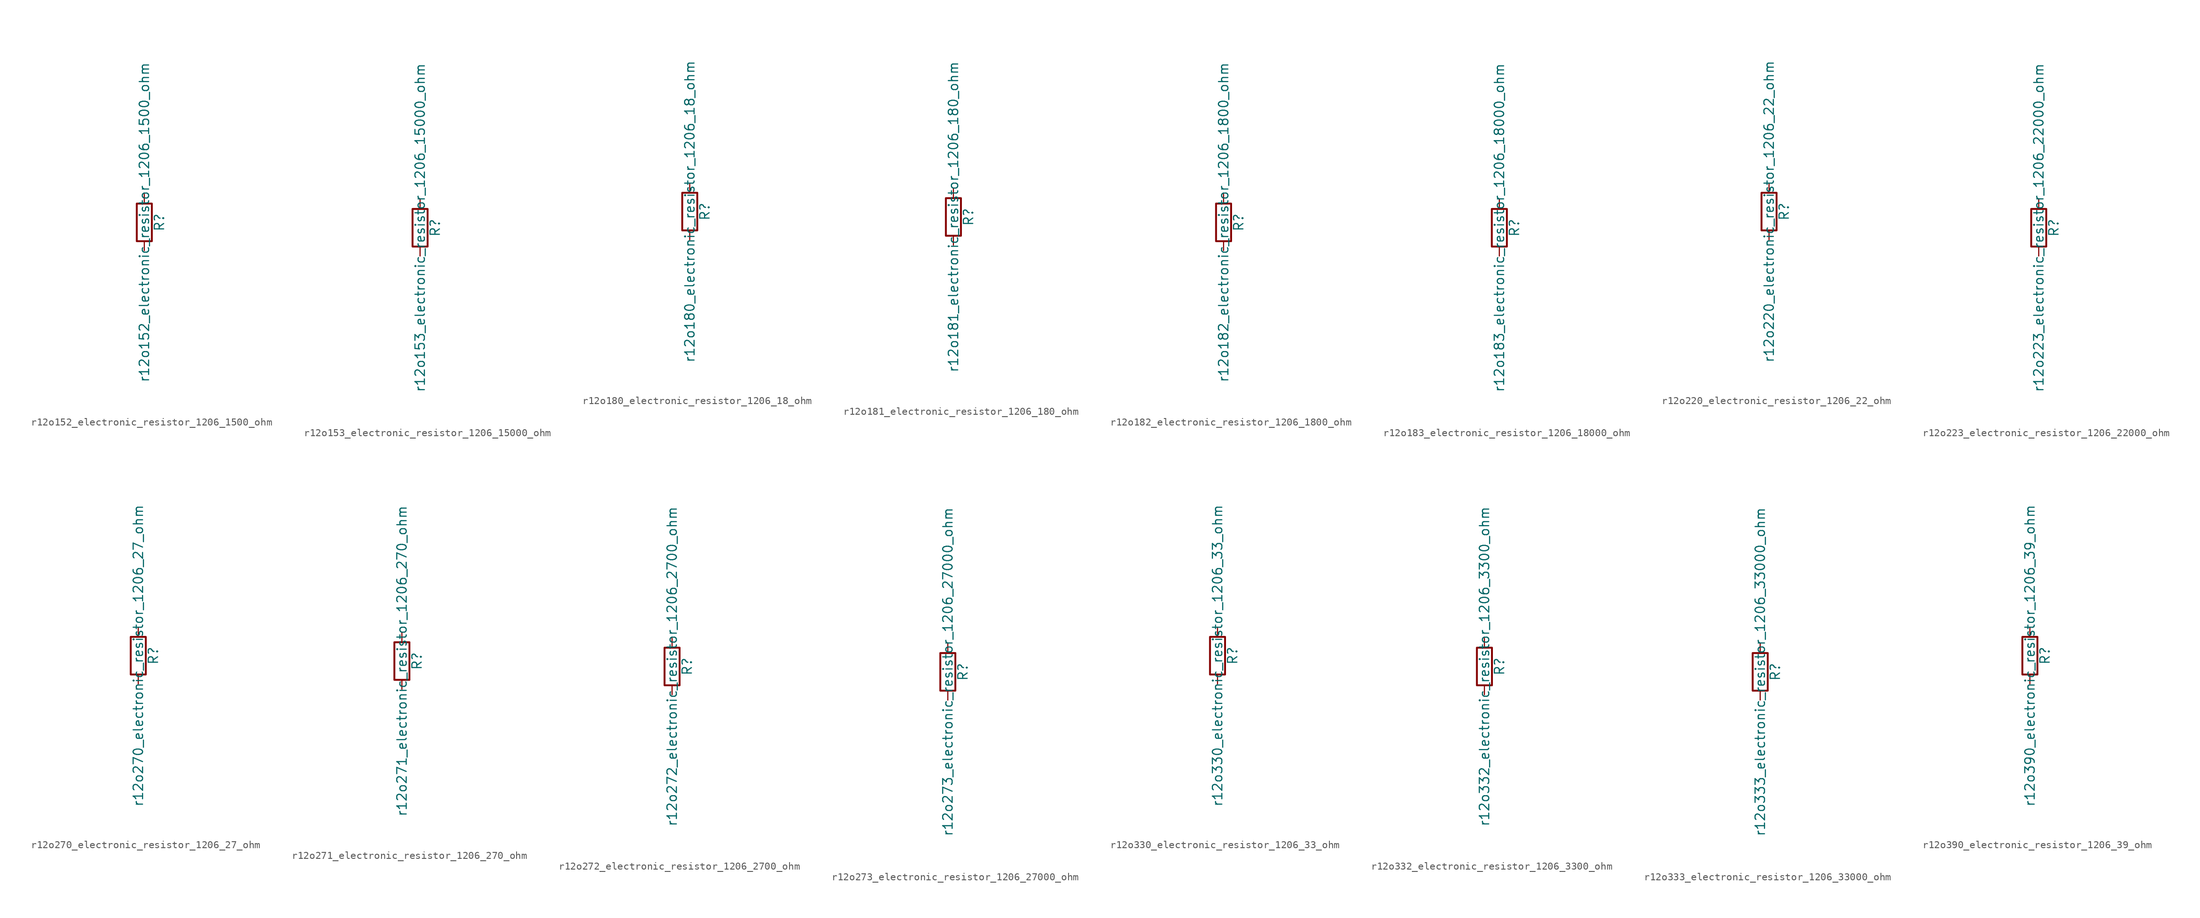
<source format=kicad_sym>
(kicad_symbol_lib
  (version 20220914)
  (generator kicad_symbol_editor)
  (symbol "r12o152_electronic_resistor_1206_1500_ohm"
    (pin_numbers hide)
    (pin_names
      (offset 0))
    (property "Reference" "R"
      (at 2.032 0 90)
      (effects (font (size 1.27 1.27))))
    (property "Value" "r12o152_electronic_resistor_1206_1500_ohm"
      (at 0 0 90)
      (effects (font (size 1.27 1.27))))
    (symbol "r12o152_electronic_resistor_1206_1500_ohm_0_1"
      (rectangle (start -1.016 -2.54) (end 1.016 2.54) (stroke (width 0.254) (type default)) (fill (type none))))
    (symbol "r12o152_electronic_resistor_1206_1500_ohm_1_1"
      (pin passive line (at 0 3.81 270) (length 1.27) (name "~" (effects (font (size 1.27 1.27)))) (number "1" (effects (font (size 1.27 1.27)))))
      (pin passive line (at 0 -3.81 90) (length 1.27) (name "~" (effects (font (size 1.27 1.27)))) (number "2" (effects (font (size 1.27 1.27)))))))
  (symbol "r12o153_electronic_resistor_1206_15000_ohm"
    (pin_numbers hide)
    (pin_names
      (offset 0))
    (property "Reference" "R"
      (at 2.032 0 90)
      (effects (font (size 1.27 1.27))))
    (property "Value" "r12o153_electronic_resistor_1206_15000_ohm"
      (at 0 0 90)
      (effects (font (size 1.27 1.27))))
    (symbol "r12o153_electronic_resistor_1206_15000_ohm_0_1"
      (rectangle (start -1.016 -2.54) (end 1.016 2.54) (stroke (width 0.254) (type default)) (fill (type none))))
    (symbol "r12o153_electronic_resistor_1206_15000_ohm_1_1"
      (pin passive line (at 0 3.81 270) (length 1.27) (name "~" (effects (font (size 1.27 1.27)))) (number "1" (effects (font (size 1.27 1.27)))))
      (pin passive line (at 0 -3.81 90) (length 1.27) (name "~" (effects (font (size 1.27 1.27)))) (number "2" (effects (font (size 1.27 1.27)))))))
  (symbol "r12o180_electronic_resistor_1206_18_ohm"
    (pin_numbers hide)
    (pin_names
      (offset 0))
    (property "Reference" "R"
      (at 2.032 0 90)
      (effects (font (size 1.27 1.27))))
    (property "Value" "r12o180_electronic_resistor_1206_18_ohm"
      (at 0 0 90)
      (effects (font (size 1.27 1.27))))
    (symbol "r12o180_electronic_resistor_1206_18_ohm_0_1"
      (rectangle (start -1.016 -2.54) (end 1.016 2.54) (stroke (width 0.254) (type default)) (fill (type none))))
    (symbol "r12o180_electronic_resistor_1206_18_ohm_1_1"
      (pin passive line (at 0 3.81 270) (length 1.27) (name "~" (effects (font (size 1.27 1.27)))) (number "1" (effects (font (size 1.27 1.27)))))
      (pin passive line (at 0 -3.81 90) (length 1.27) (name "~" (effects (font (size 1.27 1.27)))) (number "2" (effects (font (size 1.27 1.27)))))))
  (symbol "r12o181_electronic_resistor_1206_180_ohm"
    (pin_numbers hide)
    (pin_names
      (offset 0))
    (property "Reference" "R"
      (at 2.032 0 90)
      (effects (font (size 1.27 1.27))))
    (property "Value" "r12o181_electronic_resistor_1206_180_ohm"
      (at 0 0 90)
      (effects (font (size 1.27 1.27))))
    (symbol "r12o181_electronic_resistor_1206_180_ohm_0_1"
      (rectangle (start -1.016 -2.54) (end 1.016 2.54) (stroke (width 0.254) (type default)) (fill (type none))))
    (symbol "r12o181_electronic_resistor_1206_180_ohm_1_1"
      (pin passive line (at 0 3.81 270) (length 1.27) (name "~" (effects (font (size 1.27 1.27)))) (number "1" (effects (font (size 1.27 1.27)))))
      (pin passive line (at 0 -3.81 90) (length 1.27) (name "~" (effects (font (size 1.27 1.27)))) (number "2" (effects (font (size 1.27 1.27)))))))
  (symbol "r12o182_electronic_resistor_1206_1800_ohm"
    (pin_numbers hide)
    (pin_names
      (offset 0))
    (property "Reference" "R"
      (at 2.032 0 90)
      (effects (font (size 1.27 1.27))))
    (property "Value" "r12o182_electronic_resistor_1206_1800_ohm"
      (at 0 0 90)
      (effects (font (size 1.27 1.27))))
    (symbol "r12o182_electronic_resistor_1206_1800_ohm_0_1"
      (rectangle (start -1.016 -2.54) (end 1.016 2.54) (stroke (width 0.254) (type default)) (fill (type none))))
    (symbol "r12o182_electronic_resistor_1206_1800_ohm_1_1"
      (pin passive line (at 0 3.81 270) (length 1.27) (name "~" (effects (font (size 1.27 1.27)))) (number "1" (effects (font (size 1.27 1.27)))))
      (pin passive line (at 0 -3.81 90) (length 1.27) (name "~" (effects (font (size 1.27 1.27)))) (number "2" (effects (font (size 1.27 1.27)))))))
  (symbol "r12o183_electronic_resistor_1206_18000_ohm"
    (pin_numbers hide)
    (pin_names
      (offset 0))
    (property "Reference" "R"
      (at 2.032 0 90)
      (effects (font (size 1.27 1.27))))
    (property "Value" "r12o183_electronic_resistor_1206_18000_ohm"
      (at 0 0 90)
      (effects (font (size 1.27 1.27))))
    (symbol "r12o183_electronic_resistor_1206_18000_ohm_0_1"
      (rectangle (start -1.016 -2.54) (end 1.016 2.54) (stroke (width 0.254) (type default)) (fill (type none))))
    (symbol "r12o183_electronic_resistor_1206_18000_ohm_1_1"
      (pin passive line (at 0 3.81 270) (length 1.27) (name "~" (effects (font (size 1.27 1.27)))) (number "1" (effects (font (size 1.27 1.27)))))
      (pin passive line (at 0 -3.81 90) (length 1.27) (name "~" (effects (font (size 1.27 1.27)))) (number "2" (effects (font (size 1.27 1.27)))))))
  (symbol "r12o220_electronic_resistor_1206_22_ohm"
    (pin_numbers hide)
    (pin_names
      (offset 0))
    (property "Reference" "R"
      (at 2.032 0 90)
      (effects (font (size 1.27 1.27))))
    (property "Value" "r12o220_electronic_resistor_1206_22_ohm"
      (at 0 0 90)
      (effects (font (size 1.27 1.27))))
    (symbol "r12o220_electronic_resistor_1206_22_ohm_0_1"
      (rectangle (start -1.016 -2.54) (end 1.016 2.54) (stroke (width 0.254) (type default)) (fill (type none))))
    (symbol "r12o220_electronic_resistor_1206_22_ohm_1_1"
      (pin passive line (at 0 3.81 270) (length 1.27) (name "~" (effects (font (size 1.27 1.27)))) (number "1" (effects (font (size 1.27 1.27)))))
      (pin passive line (at 0 -3.81 90) (length 1.27) (name "~" (effects (font (size 1.27 1.27)))) (number "2" (effects (font (size 1.27 1.27)))))))
  (symbol "r12o223_electronic_resistor_1206_22000_ohm"
    (pin_numbers hide)
    (pin_names
      (offset 0))
    (property "Reference" "R"
      (at 2.032 0 90)
      (effects (font (size 1.27 1.27))))
    (property "Value" "r12o223_electronic_resistor_1206_22000_ohm"
      (at 0 0 90)
      (effects (font (size 1.27 1.27))))
    (symbol "r12o223_electronic_resistor_1206_22000_ohm_0_1"
      (rectangle (start -1.016 -2.54) (end 1.016 2.54) (stroke (width 0.254) (type default)) (fill (type none))))
    (symbol "r12o223_electronic_resistor_1206_22000_ohm_1_1"
      (pin passive line (at 0 3.81 270) (length 1.27) (name "~" (effects (font (size 1.27 1.27)))) (number "1" (effects (font (size 1.27 1.27)))))
      (pin passive line (at 0 -3.81 90) (length 1.27) (name "~" (effects (font (size 1.27 1.27)))) (number "2" (effects (font (size 1.27 1.27)))))))
  (symbol "r12o270_electronic_resistor_1206_27_ohm"
    (pin_numbers hide)
    (pin_names
      (offset 0))
    (property "Reference" "R"
      (at 2.032 0 90)
      (effects (font (size 1.27 1.27))))
    (property "Value" "r12o270_electronic_resistor_1206_27_ohm"
      (at 0 0 90)
      (effects (font (size 1.27 1.27))))
    (symbol "r12o270_electronic_resistor_1206_27_ohm_0_1"
      (rectangle (start -1.016 -2.54) (end 1.016 2.54) (stroke (width 0.254) (type default)) (fill (type none))))
    (symbol "r12o270_electronic_resistor_1206_27_ohm_1_1"
      (pin passive line (at 0 3.81 270) (length 1.27) (name "~" (effects (font (size 1.27 1.27)))) (number "1" (effects (font (size 1.27 1.27)))))
      (pin passive line (at 0 -3.81 90) (length 1.27) (name "~" (effects (font (size 1.27 1.27)))) (number "2" (effects (font (size 1.27 1.27)))))))
  (symbol "r12o271_electronic_resistor_1206_270_ohm"
    (pin_numbers hide)
    (pin_names
      (offset 0))
    (property "Reference" "R"
      (at 2.032 0 90)
      (effects (font (size 1.27 1.27))))
    (property "Value" "r12o271_electronic_resistor_1206_270_ohm"
      (at 0 0 90)
      (effects (font (size 1.27 1.27))))
    (symbol "r12o271_electronic_resistor_1206_270_ohm_0_1"
      (rectangle (start -1.016 -2.54) (end 1.016 2.54) (stroke (width 0.254) (type default)) (fill (type none))))
    (symbol "r12o271_electronic_resistor_1206_270_ohm_1_1"
      (pin passive line (at 0 3.81 270) (length 1.27) (name "~" (effects (font (size 1.27 1.27)))) (number "1" (effects (font (size 1.27 1.27)))))
      (pin passive line (at 0 -3.81 90) (length 1.27) (name "~" (effects (font (size 1.27 1.27)))) (number "2" (effects (font (size 1.27 1.27)))))))
  (symbol "r12o272_electronic_resistor_1206_2700_ohm"
    (pin_numbers hide)
    (pin_names
      (offset 0))
    (property "Reference" "R"
      (at 2.032 0 90)
      (effects (font (size 1.27 1.27))))
    (property "Value" "r12o272_electronic_resistor_1206_2700_ohm"
      (at 0 0 90)
      (effects (font (size 1.27 1.27))))
    (symbol "r12o272_electronic_resistor_1206_2700_ohm_0_1"
      (rectangle (start -1.016 -2.54) (end 1.016 2.54) (stroke (width 0.254) (type default)) (fill (type none))))
    (symbol "r12o272_electronic_resistor_1206_2700_ohm_1_1"
      (pin passive line (at 0 3.81 270) (length 1.27) (name "~" (effects (font (size 1.27 1.27)))) (number "1" (effects (font (size 1.27 1.27)))))
      (pin passive line (at 0 -3.81 90) (length 1.27) (name "~" (effects (font (size 1.27 1.27)))) (number "2" (effects (font (size 1.27 1.27)))))))
  (symbol "r12o273_electronic_resistor_1206_27000_ohm"
    (pin_numbers hide)
    (pin_names
      (offset 0))
    (property "Reference" "R"
      (at 2.032 0 90)
      (effects (font (size 1.27 1.27))))
    (property "Value" "r12o273_electronic_resistor_1206_27000_ohm"
      (at 0 0 90)
      (effects (font (size 1.27 1.27))))
    (symbol "r12o273_electronic_resistor_1206_27000_ohm_0_1"
      (rectangle (start -1.016 -2.54) (end 1.016 2.54) (stroke (width 0.254) (type default)) (fill (type none))))
    (symbol "r12o273_electronic_resistor_1206_27000_ohm_1_1"
      (pin passive line (at 0 3.81 270) (length 1.27) (name "~" (effects (font (size 1.27 1.27)))) (number "1" (effects (font (size 1.27 1.27)))))
      (pin passive line (at 0 -3.81 90) (length 1.27) (name "~" (effects (font (size 1.27 1.27)))) (number "2" (effects (font (size 1.27 1.27)))))))
  (symbol "r12o330_electronic_resistor_1206_33_ohm"
    (pin_numbers hide)
    (pin_names
      (offset 0))
    (property "Reference" "R"
      (at 2.032 0 90)
      (effects (font (size 1.27 1.27))))
    (property "Value" "r12o330_electronic_resistor_1206_33_ohm"
      (at 0 0 90)
      (effects (font (size 1.27 1.27))))
    (symbol "r12o330_electronic_resistor_1206_33_ohm_0_1"
      (rectangle (start -1.016 -2.54) (end 1.016 2.54) (stroke (width 0.254) (type default)) (fill (type none))))
    (symbol "r12o330_electronic_resistor_1206_33_ohm_1_1"
      (pin passive line (at 0 3.81 270) (length 1.27) (name "~" (effects (font (size 1.27 1.27)))) (number "1" (effects (font (size 1.27 1.27)))))
      (pin passive line (at 0 -3.81 90) (length 1.27) (name "~" (effects (font (size 1.27 1.27)))) (number "2" (effects (font (size 1.27 1.27)))))))
  (symbol "r12o332_electronic_resistor_1206_3300_ohm"
    (pin_numbers hide)
    (pin_names
      (offset 0))
    (property "Reference" "R"
      (at 2.032 0 90)
      (effects (font (size 1.27 1.27))))
    (property "Value" "r12o332_electronic_resistor_1206_3300_ohm"
      (at 0 0 90)
      (effects (font (size 1.27 1.27))))
    (symbol "r12o332_electronic_resistor_1206_3300_ohm_0_1"
      (rectangle (start -1.016 -2.54) (end 1.016 2.54) (stroke (width 0.254) (type default)) (fill (type none))))
    (symbol "r12o332_electronic_resistor_1206_3300_ohm_1_1"
      (pin passive line (at 0 3.81 270) (length 1.27) (name "~" (effects (font (size 1.27 1.27)))) (number "1" (effects (font (size 1.27 1.27)))))
      (pin passive line (at 0 -3.81 90) (length 1.27) (name "~" (effects (font (size 1.27 1.27)))) (number "2" (effects (font (size 1.27 1.27)))))))
  (symbol "r12o333_electronic_resistor_1206_33000_ohm"
    (pin_numbers hide)
    (pin_names
      (offset 0))
    (property "Reference" "R"
      (at 2.032 0 90)
      (effects (font (size 1.27 1.27))))
    (property "Value" "r12o333_electronic_resistor_1206_33000_ohm"
      (at 0 0 90)
      (effects (font (size 1.27 1.27))))
    (symbol "r12o333_electronic_resistor_1206_33000_ohm_0_1"
      (rectangle (start -1.016 -2.54) (end 1.016 2.54) (stroke (width 0.254) (type default)) (fill (type none))))
    (symbol "r12o333_electronic_resistor_1206_33000_ohm_1_1"
      (pin passive line (at 0 3.81 270) (length 1.27) (name "~" (effects (font (size 1.27 1.27)))) (number "1" (effects (font (size 1.27 1.27)))))
      (pin passive line (at 0 -3.81 90) (length 1.27) (name "~" (effects (font (size 1.27 1.27)))) (number "2" (effects (font (size 1.27 1.27)))))))
  (symbol "r12o390_electronic_resistor_1206_39_ohm"
    (pin_numbers hide)
    (pin_names
      (offset 0))
    (property "Reference" "R"
      (at 2.032 0 90)
      (effects (font (size 1.27 1.27))))
    (property "Value" "r12o390_electronic_resistor_1206_39_ohm"
      (at 0 0 90)
      (effects (font (size 1.27 1.27))))
    (symbol "r12o390_electronic_resistor_1206_39_ohm_0_1"
      (rectangle (start -1.016 -2.54) (end 1.016 2.54) (stroke (width 0.254) (type default)) (fill (type none))))
    (symbol "r12o390_electronic_resistor_1206_39_ohm_1_1"
      (pin passive line (at 0 3.81 270) (length 1.27) (name "~" (effects (font (size 1.27 1.27)))) (number "1" (effects (font (size 1.27 1.27)))))
      (pin passive line (at 0 -3.81 90) (length 1.27) (name "~" (effects (font (size 1.27 1.27)))) (number "2" (effects (font (size 1.27 1.27))))))))
</source>
